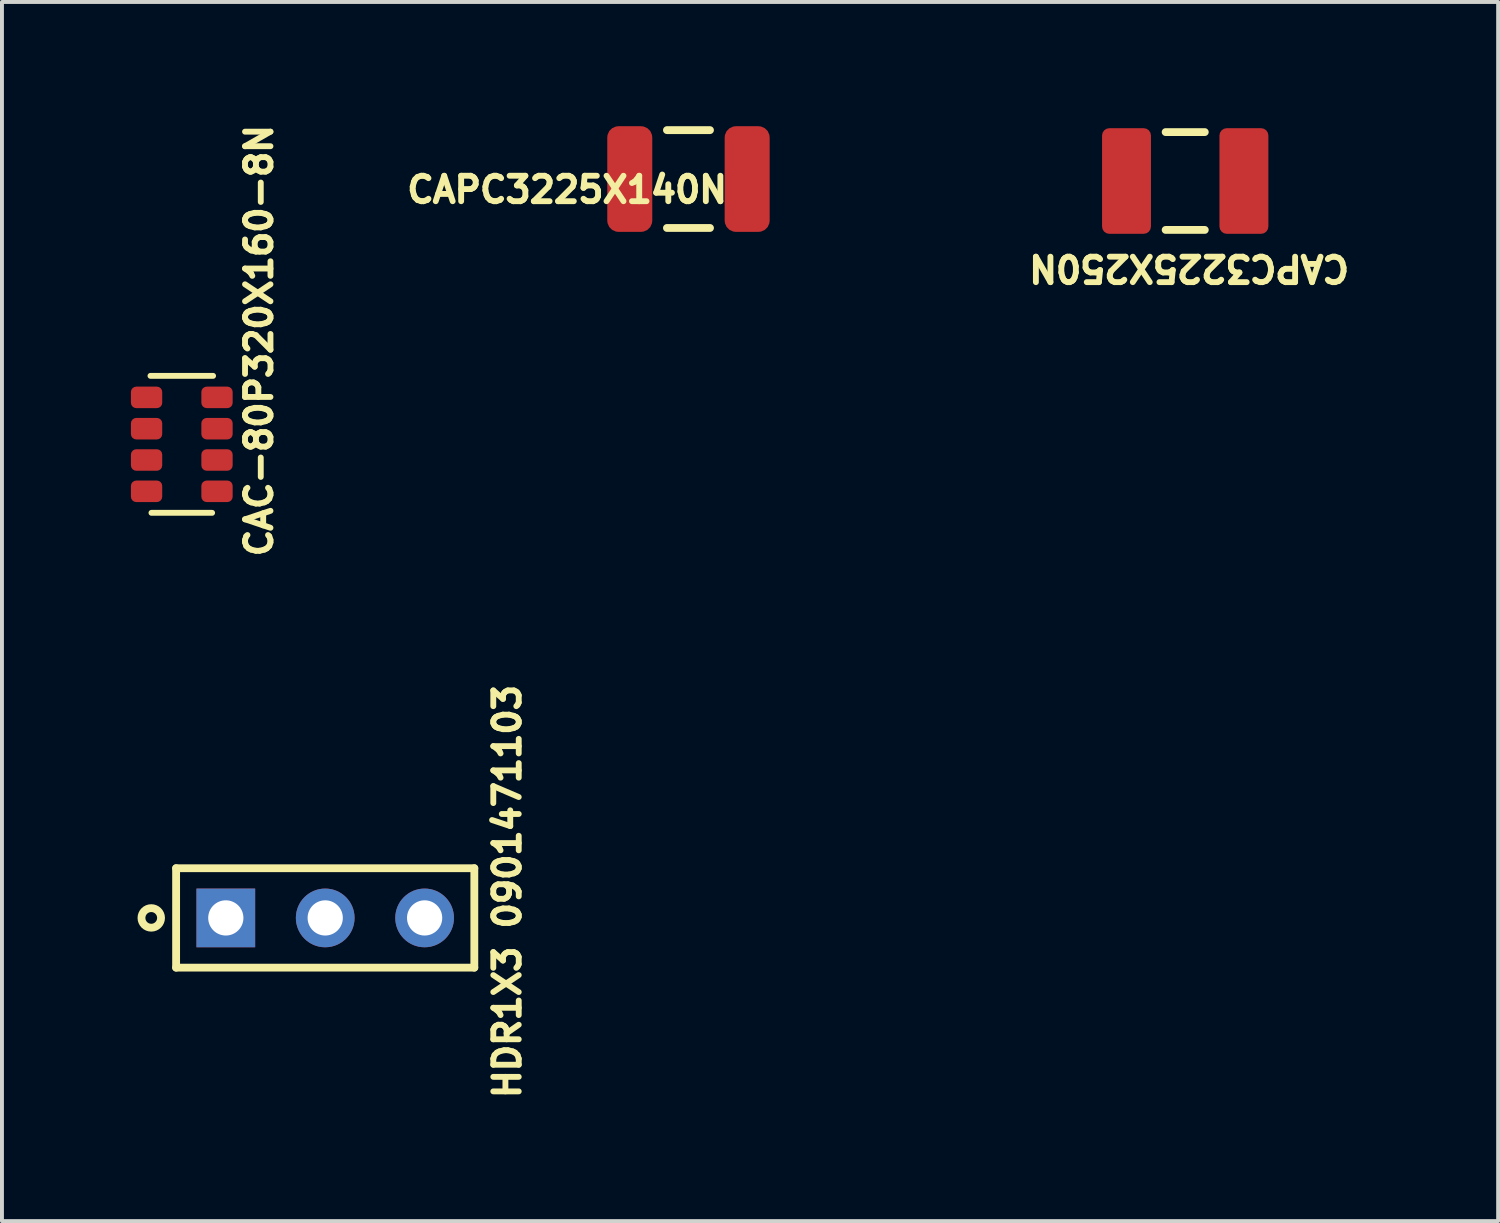
<source format=kicad_pcb>
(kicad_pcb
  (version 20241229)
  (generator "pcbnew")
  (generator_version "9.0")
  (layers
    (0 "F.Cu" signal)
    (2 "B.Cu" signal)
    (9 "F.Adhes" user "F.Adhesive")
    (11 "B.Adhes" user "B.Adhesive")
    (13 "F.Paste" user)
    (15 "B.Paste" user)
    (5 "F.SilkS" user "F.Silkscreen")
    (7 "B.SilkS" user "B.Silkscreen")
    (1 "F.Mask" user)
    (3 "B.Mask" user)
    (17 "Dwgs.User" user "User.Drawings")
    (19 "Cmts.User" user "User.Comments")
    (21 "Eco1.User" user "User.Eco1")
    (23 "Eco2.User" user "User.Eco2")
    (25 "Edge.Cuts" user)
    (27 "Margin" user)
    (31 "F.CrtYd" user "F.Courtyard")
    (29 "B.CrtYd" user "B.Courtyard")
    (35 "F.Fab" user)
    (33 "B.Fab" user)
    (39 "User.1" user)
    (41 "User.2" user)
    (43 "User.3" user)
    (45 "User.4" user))
  (footprint "CAPC3225X250N"
    (layer "F.Cu")
    (at 27.235 1.575)
    (property "Reference" "CAPC3225X250N" (at 0.1 2.227 180) (unlocked yes) (layer "F.SilkS") (effects (font (size 0.65 0.65) (thickness 0.15))))
    (fp_line (start 0.5 -1.25) (end -0.5 -1.25) (stroke (width 0.2) (type solid)) (layer "F.SilkS"))
    (fp_line (start 0.5 1.25) (end -0.5 1.25) (stroke (width 0.2) (type solid)) (layer "F.SilkS"))
    (fp_line (start -2.2 -1.425) (end -2.2 1.425) (stroke (width 0.1) (type solid)) (layer "User.5"))
    (fp_line (start 2.2 -1.425) (end -2.2 -1.425) (stroke (width 0.1) (type solid)) (layer "User.5"))
    (fp_line (start 2.2 -1.425) (end 2.2 1.425) (stroke (width 0.1) (type solid)) (layer "User.5"))
    (fp_line (start 2.2 1.425) (end -2.2 1.425) (stroke (width 0.1) (type solid)) (layer "User.5"))
    (fp_line (start -1.75 -1.35) (end -1.75 1.35) (stroke (width 0.1) (type solid)) (layer "User.12"))
    (fp_line (start 1.75 -1.35) (end -1.75 -1.35) (stroke (width 0.1) (type solid)) (layer "User.12"))
    (fp_line (start 1.75 -1.35) (end 1.75 1.35) (stroke (width 0.1) (type solid)) (layer "User.12"))
    (fp_line (start 1.75 1.35) (end -1.75 1.35) (stroke (width 0.1) (type solid)) (layer "User.12"))
    (fp_line (start -2.3 -1.525) (end -2.3 1.525) (stroke (width 0.1) (type solid)) (layer "User.13"))
    (fp_line (start 0 -0.5) (end 0 0.5) (stroke (width 0.1) (type solid)) (layer "User.13"))
    (fp_line (start 0.5 0) (end -0.5 0) (stroke (width 0.1) (type solid)) (layer "User.13"))
    (fp_line (start 2.3 -1.525) (end -2.3 -1.525) (stroke (width 0.1) (type solid)) (layer "User.13"))
    (fp_line (start 2.3 -1.525) (end 2.3 1.525) (stroke (width 0.1) (type solid)) (layer "User.13"))
    (fp_line (start 2.3 1.525) (end -2.3 1.525) (stroke (width 0.1) (type solid)) (layer "User.13"))
    (fp_circle (center 0 0) (end 0 0.35) (stroke (width 0.1) (type solid)) (fill no) (layer "User.13"))
    (fp_text user "${REFERENCE}" (at 0.15 0.027 0) (unlocked yes) (layer "User.5") (effects (font (size 0.75 0.75) (thickness 0.15))))
    (pad "1" smd roundrect (at -1.5 0 90) (size 2.7 1.25) (layers "F.Cu" "F.Mask" "F.Paste") (roundrect_rratio 0.15))
    (pad "2" smd roundrect (at 1.5 0 90) (size 2.7 1.25) (layers "F.Cu" "F.Mask" "F.Paste") (roundrect_rratio 0.15)))
  (footprint "HDR1X3 0901471103"
    (layer "F.Cu")
    (at 5.26 20.405)
    (property "Reference" "HDR1X3 0901471103" (at 4.652 -0.675 90) (unlocked yes) (layer "F.SilkS") (effects (font (size 0.65 0.65) (thickness 0.15))))
    (fp_line (start -3.81 -1.27) (end 3.81 -1.27) (stroke (width 0.2) (type solid)) (layer "F.SilkS"))
    (fp_line (start -3.81 1.27) (end -3.81 -1.27) (stroke (width 0.2) (type solid)) (layer "F.SilkS"))
    (fp_line (start -3.81 1.27) (end 3.81 1.27) (stroke (width 0.2) (type solid)) (layer "F.SilkS"))
    (fp_line (start 3.81 1.27) (end 3.81 -1.27) (stroke (width 0.2) (type solid)) (layer "F.SilkS"))
    (fp_circle (center -4.445 0) (end -4.195 0) (stroke (width 0.2) (type solid)) (fill no) (layer "F.SilkS"))
    (fp_line (start -3.81 -1.27) (end 3.81 -1.27) (stroke (width 0.1) (type solid)) (layer "User.6"))
    (fp_line (start -3.81 1.27) (end -3.81 -1.27) (stroke (width 0.1) (type solid)) (layer "User.6"))
    (fp_line (start -3.81 1.27) (end 3.81 1.27) (stroke (width 0.1) (type solid)) (layer "User.6"))
    (fp_line (start 3.81 1.27) (end 3.81 -1.27) (stroke (width 0.1) (type solid)) (layer "User.6"))
    (fp_line (start -4.04 -1.5) (end 4 -1.5) (stroke (width 0.1) (type solid)) (layer "User.14"))
    (fp_line (start -4.04 1.5) (end -4.04 -1.5) (stroke (width 0.1) (type solid)) (layer "User.14"))
    (fp_line (start -4.04 1.5) (end 4 1.5) (stroke (width 0.1) (type solid)) (layer "User.14"))
    (fp_line (start -3.81 -1.27) (end 3.81 -1.27) (stroke (width 0.1) (type solid)) (layer "User.14"))
    (fp_line (start -3.81 1.27) (end -3.81 -1.27) (stroke (width 0.1) (type solid)) (layer "User.14"))
    (fp_line (start -3.81 1.27) (end 3.81 1.27) (stroke (width 0.1) (type solid)) (layer "User.14"))
    (fp_line (start 3.81 1.27) (end 3.81 -1.27) (stroke (width 0.1) (type solid)) (layer "User.14"))
    (fp_line (start 4.04 1.5) (end 4.04 -1.5) (stroke (width 0.1) (type solid)) (layer "User.14"))
    (fp_text user "${REFERENCE}" (at 0.127 0.023 180) (unlocked yes) (layer "User.6") (effects (font (size 0.65 0.65) (thickness 0.127)) (justify mirror)))
    (pad "1" thru_hole rect (at -2.54 0 180) (size 1.5 1.5) (drill 0.9) (layers "*.Cu" "*.Mask"))
    (pad "2" thru_hole circle (at 0 0 180) (size 1.5 1.5) (drill 0.9) (layers "*.Cu" "*.Mask"))
    (pad "3" thru_hole circle (at 2.54 0 180) (size 1.5 1.5) (drill 0.9) (layers "*.Cu" "*.Mask")))
  (footprint "CAPC3225X140N"
    (layer "F.Cu")
    (at 14.542 1.525)
    (property "Reference" "CAPC3225X140N" (at -3.1 0.273 0) (unlocked yes) (layer "F.SilkS") (effects (font (size 0.65 0.65) (thickness 0.15))))
    (fp_line (start -0.55 -1.25) (end 0.55 -1.25) (stroke (width 0.2) (type solid)) (layer "F.SilkS"))
    (fp_line (start -0.55 1.25) (end 0.55 1.25) (stroke (width 0.2) (type solid)) (layer "F.SilkS"))
    (fp_line (start -2.15 -1.425) (end -2.15 1.425) (stroke (width 0.1) (type solid)) (layer "User.5"))
    (fp_line (start -2.15 -1.425) (end 2.15 -1.425) (stroke (width 0.1) (type solid)) (layer "User.5"))
    (fp_line (start -2.15 1.425) (end 2.15 1.425) (stroke (width 0.1) (type solid)) (layer "User.5"))
    (fp_line (start 2.15 -1.425) (end 2.15 1.425) (stroke (width 0.1) (type solid)) (layer "User.5"))
    (fp_line (start -1.6 -1.25) (end -1.6 1.25) (stroke (width 0.1) (type solid)) (layer "User.12"))
    (fp_line (start -1.6 -1.25) (end 1.6 -1.25) (stroke (width 0.1) (type solid)) (layer "User.12"))
    (fp_line (start -1.6 1.25) (end 1.6 1.25) (stroke (width 0.1) (type solid)) (layer "User.12"))
    (fp_line (start 1.6 -1.25) (end 1.6 1.25) (stroke (width 0.1) (type solid)) (layer "User.12"))
    (fp_line (start -2.225 -1.5) (end -2.225 1.5) (stroke (width 0.05) (type solid)) (layer "User.13"))
    (fp_line (start -2.225 -1.5) (end 2.225 -1.5) (stroke (width 0.05) (type solid)) (layer "User.13"))
    (fp_line (start -2.225 1.5) (end 2.225 1.5) (stroke (width 0.05) (type solid)) (layer "User.13"))
    (fp_line (start -0.5 0) (end 0.5 0) (stroke (width 0.05) (type solid)) (layer "User.13"))
    (fp_line (start 0 -0.5) (end 0 0.5) (stroke (width 0.05) (type solid)) (layer "User.13"))
    (fp_line (start 2.225 -1.5) (end 2.225 1.5) (stroke (width 0.05) (type solid)) (layer "User.13"))
    (fp_text user "${REFERENCE}" (at 0.15 0.027 0) (unlocked yes) (layer "User.5") (effects (font (size 0.75 0.75) (thickness 0.15))))
    (pad "1" smd roundrect (at -1.5 0 90) (size 2.7 1.15) (layers "F.Cu" "F.Mask" "F.Paste") (roundrect_rratio 0.25))
    (pad "2" smd roundrect (at 1.5 0 90) (size 2.7 1.15) (layers "F.Cu" "F.Mask" "F.Paste") (roundrect_rratio 0.25)))
  (footprint "CAC-80P320X160-8N"
    (layer "F.Cu")
    (at 1.595 8.304)
    (property "Reference" "CAC-80P320X160-8N" (at 1.973 -2.65 90) (unlocked yes) (layer "F.SilkS") (effects (font (size 0.65 0.65) (thickness 0.15))))
    (fp_line (start -0.8 -1.75) (end 0.8 -1.75) (stroke (width 0.15) (type solid)) (layer "F.SilkS"))
    (fp_line (start -0.775 1.75) (end 0.775 1.75) (stroke (width 0.15) (type solid)) (layer "F.SilkS"))
    (fp_line (start -0.9 -1.6) (end 0.9 -1.6) (stroke (width 0.1) (type solid)) (layer "User.5"))
    (fp_line (start -0.9 -1.525) (end -0.9 -1.6) (stroke (width 0.1) (type solid)) (layer "User.5"))
    (fp_line (start -0.9 -0.725) (end -0.9 -0.875) (stroke (width 0.1) (type solid)) (layer "User.5"))
    (fp_line (start -0.9 0.075) (end -0.9 -0.075) (stroke (width 0.1) (type solid)) (layer "User.5"))
    (fp_line (start -0.9 0.875) (end -0.9 0.725) (stroke (width 0.1) (type solid)) (layer "User.5"))
    (fp_line (start -0.9 1.6) (end -0.9 1.525) (stroke (width 0.1) (type solid)) (layer "User.5"))
    (fp_line (start -0.9 1.6) (end 0.9 1.6) (stroke (width 0.1) (type solid)) (layer "User.5"))
    (fp_line (start 0.9 -1.525) (end 0.9 -1.6) (stroke (width 0.1) (type solid)) (layer "User.5"))
    (fp_line (start 0.9 -0.725) (end 0.9 -0.875) (stroke (width 0.1) (type solid)) (layer "User.5"))
    (fp_line (start 0.9 0.075) (end 0.9 -0.075) (stroke (width 0.1) (type solid)) (layer "User.5"))
    (fp_line (start 0.9 0.875) (end 0.9 0.725) (stroke (width 0.1) (type solid)) (layer "User.5"))
    (fp_line (start 0.9 1.6) (end 0.9 1.525) (stroke (width 0.1) (type solid)) (layer "User.5"))
    (fp_arc (start -0.9 -1.525) (mid -0.575 -1.2) (end -0.9 -0.875) (stroke (width 0.1) (type solid)) (layer "User.5"))
    (fp_arc (start -0.9 -0.725) (mid -0.575 -0.4) (end -0.9 -0.075) (stroke (width 0.1) (type solid)) (layer "User.5"))
    (fp_arc (start -0.9 0.075) (mid -0.575 0.4) (end -0.9 0.725) (stroke (width 0.1) (type solid)) (layer "User.5"))
    (fp_arc (start -0.9 0.875) (mid -0.575 1.2) (end -0.9 1.525) (stroke (width 0.1) (type solid)) (layer "User.5"))
    (fp_arc (start 0.9 -0.875) (mid 0.575 -1.2) (end 0.9 -1.525) (stroke (width 0.1) (type solid)) (layer "User.5"))
    (fp_arc (start 0.9 -0.075) (mid 0.575 -0.4) (end 0.9 -0.725) (stroke (width 0.1) (type solid)) (layer "User.5"))
    (fp_arc (start 0.9 0.725) (mid 0.575 0.4) (end 0.9 0.075) (stroke (width 0.1) (type solid)) (layer "User.5"))
    (fp_arc (start 0.9 1.525) (mid 0.575 1.2) (end 0.9 0.875) (stroke (width 0.1) (type solid)) (layer "User.5"))
    (fp_line (start -1.57 -1.85) (end 1.57 -1.85) (stroke (width 0.05) (type solid)) (layer "User.13"))
    (fp_line (start -1.57 1.85) (end -1.57 -1.85) (stroke (width 0.05) (type solid)) (layer "User.13"))
    (fp_line (start -1.57 1.85) (end 1.57 1.85) (stroke (width 0.05) (type solid)) (layer "User.13"))
    (fp_line (start -0.5 0) (end 0.5 0) (stroke (width 0.1) (type solid)) (layer "User.13"))
    (fp_line (start 0 0.5) (end 0 -0.5) (stroke (width 0.1) (type solid)) (layer "User.13"))
    (fp_line (start 1.57 1.85) (end 1.57 -1.85) (stroke (width 0.05) (type solid)) (layer "User.13"))
    (fp_text_box "${REFERENCE}" (start 0.8 -2.5) (end -0.8 2.541) (margins 0 0 0 0) (angle 270) (layer "User.5") (effects (font (size 0.65 0.65) (thickness 0.12)) (justify left top)) (border no) (stroke (width 0.1) (type default)))
    (pad "1" smd roundrect (at -0.9 -1.2 90) (size 0.55 0.8) (layers "F.Cu" "F.Mask" "F.Paste") (roundrect_rratio 0.25))
    (pad "2" smd roundrect (at -0.9 -0.4 90) (size 0.55 0.8) (layers "F.Cu" "F.Mask" "F.Paste") (roundrect_rratio 0.25))
    (pad "3" smd roundrect (at -0.9 0.4 90) (size 0.55 0.8) (layers "F.Cu" "F.Mask" "F.Paste") (roundrect_rratio 0.25))
    (pad "4" smd roundrect (at -0.9 1.2 90) (size 0.55 0.8) (layers "F.Cu" "F.Mask" "F.Paste") (roundrect_rratio 0.25))
    (pad "5" smd roundrect (at 0.9 1.2 90) (size 0.55 0.8) (layers "F.Cu" "F.Mask" "F.Paste") (roundrect_rratio 0.25))
    (pad "6" smd roundrect (at 0.9 0.4 90) (size 0.55 0.8) (layers "F.Cu" "F.Mask" "F.Paste") (roundrect_rratio 0.25))
    (pad "7" smd roundrect (at 0.9 -0.4 90) (size 0.55 0.8) (layers "F.Cu" "F.Mask" "F.Paste") (roundrect_rratio 0.25))
    (pad "8" smd roundrect (at 0.9 -1.2 90) (size 0.55 0.8) (layers "F.Cu" "F.Mask" "F.Paste") (roundrect_rratio 0.25)))
  (gr_rect
    (start -3 -3)
    (end 35.231 28.152)
    (stroke (width 0.1) (type default))
    (fill no)
    (layer "Edge.Cuts")))
</source>
